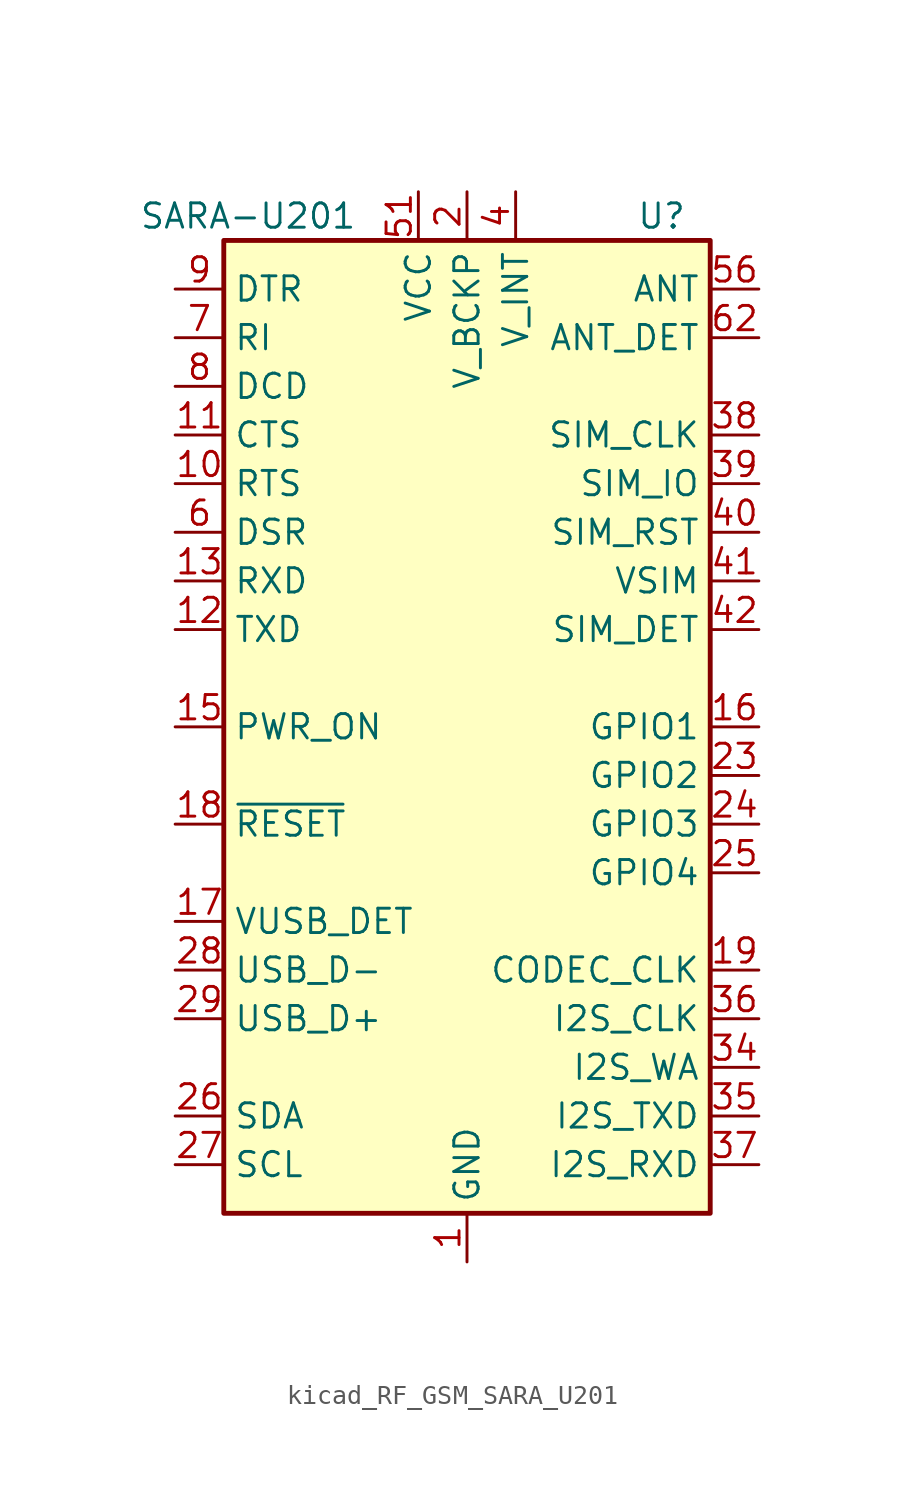
<source format=kicad_sym>
(kicad_symbol_lib
  (version 20220914)
  (generator kicad_symbol_editor)
  (symbol "kicad_RF_GSM_SARA_U201"
    (property "Reference" "U"
      (at 10.16 26.67 0)
      (effects (font (size 1.27 1.27))))
    (property "Value" "SARA-U201"
      (at -11.43 26.67 0)
      (effects (font (size 1.27 1.27))))
    (symbol "kicad_RF_GSM_SARA_U201_0_1"
      (rectangle (start -12.7 25.4) (end 12.7 -25.4) (stroke (width 0.254) (type default)) (fill (type background))))
    (symbol "kicad_RF_GSM_SARA_U201_1_1"
      (pin power_in line (at 0 -27.94 90) (length 2.54) (name "GND" (effects (font (size 1.27 1.27)))) (number "1" (effects (font (size 1.27 1.27)))))
      (pin input line (at -15.24 12.7 0) (length 2.54) (name "RTS" (effects (font (size 1.27 1.27)))) (number "10" (effects (font (size 1.27 1.27)))))
      (pin output line (at -15.24 15.24 0) (length 2.54) (name "CTS" (effects (font (size 1.27 1.27)))) (number "11" (effects (font (size 1.27 1.27)))))
      (pin input line (at -15.24 5.08 0) (length 2.54) (name "TXD" (effects (font (size 1.27 1.27)))) (number "12" (effects (font (size 1.27 1.27)))))
      (pin output line (at -15.24 7.62 0) (length 2.54) (name "RXD" (effects (font (size 1.27 1.27)))) (number "13" (effects (font (size 1.27 1.27)))))
      (pin passive line (at 0 -27.94 90) (length 2.54) hide (name "GND" (effects (font (size 1.27 1.27)))) (number "14" (effects (font (size 1.27 1.27)))))
      (pin input line (at -15.24 0 0) (length 2.54) (name "PWR_ON" (effects (font (size 1.27 1.27)))) (number "15" (effects (font (size 1.27 1.27)))))
      (pin bidirectional line (at 15.24 0 180) (length 2.54) (name "GPIO1" (effects (font (size 1.27 1.27)))) (number "16" (effects (font (size 1.27 1.27)))))
      (pin input line (at -15.24 -10.16 0) (length 2.54) (name "VUSB_DET" (effects (font (size 1.27 1.27)))) (number "17" (effects (font (size 1.27 1.27)))))
      (pin input line (at -15.24 -5.08 0) (length 2.54) (name "~{RESET}" (effects (font (size 1.27 1.27)))) (number "18" (effects (font (size 1.27 1.27)))))
      (pin output line (at 15.24 -12.7 180) (length 2.54) (name "CODEC_CLK" (effects (font (size 1.27 1.27)))) (number "19" (effects (font (size 1.27 1.27)))))
      (pin power_out line (at 0 27.94 270) (length 2.54) (name "V_BCKP" (effects (font (size 1.27 1.27)))) (number "2" (effects (font (size 1.27 1.27)))))
      (pin passive line (at 0 -27.94 90) (length 2.54) hide (name "GND" (effects (font (size 1.27 1.27)))) (number "20" (effects (font (size 1.27 1.27)))))
      (pin passive line (at 0 -27.94 90) (length 2.54) hide (name "GND" (effects (font (size 1.27 1.27)))) (number "21" (effects (font (size 1.27 1.27)))))
      (pin passive line (at 0 -27.94 90) (length 2.54) hide (name "GND" (effects (font (size 1.27 1.27)))) (number "22" (effects (font (size 1.27 1.27)))))
      (pin bidirectional line (at 15.24 -2.54 180) (length 2.54) (name "GPIO2" (effects (font (size 1.27 1.27)))) (number "23" (effects (font (size 1.27 1.27)))))
      (pin bidirectional line (at 15.24 -5.08 180) (length 2.54) (name "GPIO3" (effects (font (size 1.27 1.27)))) (number "24" (effects (font (size 1.27 1.27)))))
      (pin bidirectional line (at 15.24 -7.62 180) (length 2.54) (name "GPIO4" (effects (font (size 1.27 1.27)))) (number "25" (effects (font (size 1.27 1.27)))))
      (pin bidirectional line (at -15.24 -20.32 0) (length 2.54) (name "SDA" (effects (font (size 1.27 1.27)))) (number "26" (effects (font (size 1.27 1.27)))))
      (pin output line (at -15.24 -22.86 0) (length 2.54) (name "SCL" (effects (font (size 1.27 1.27)))) (number "27" (effects (font (size 1.27 1.27)))))
      (pin bidirectional line (at -15.24 -12.7 0) (length 2.54) (name "USB_D-" (effects (font (size 1.27 1.27)))) (number "28" (effects (font (size 1.27 1.27)))))
      (pin bidirectional line (at -15.24 -15.24 0) (length 2.54) (name "USB_D+" (effects (font (size 1.27 1.27)))) (number "29" (effects (font (size 1.27 1.27)))))
      (pin passive line (at 0 -27.94 90) (length 2.54) hide (name "GND" (effects (font (size 1.27 1.27)))) (number "3" (effects (font (size 1.27 1.27)))))
      (pin passive line (at 0 -27.94 90) (length 2.54) hide (name "GND" (effects (font (size 1.27 1.27)))) (number "30" (effects (font (size 1.27 1.27)))))
      (pin no_connect line (at -12.7 2.54 0) (length 2.54) hide (name "RSVD" (effects (font (size 1.27 1.27)))) (number "31" (effects (font (size 1.27 1.27)))))
      (pin passive line (at 0 -27.94 90) (length 2.54) hide (name "GND" (effects (font (size 1.27 1.27)))) (number "32" (effects (font (size 1.27 1.27)))))
      (pin no_connect line (at -12.7 -2.54 0) (length 2.54) hide (name "RSVD" (effects (font (size 1.27 1.27)))) (number "33" (effects (font (size 1.27 1.27)))))
      (pin bidirectional line (at 15.24 -17.78 180) (length 2.54) (name "I2S_WA" (effects (font (size 1.27 1.27)))) (number "34" (effects (font (size 1.27 1.27)))))
      (pin output line (at 15.24 -20.32 180) (length 2.54) (name "I2S_TXD" (effects (font (size 1.27 1.27)))) (number "35" (effects (font (size 1.27 1.27)))))
      (pin output line (at 15.24 -15.24 180) (length 2.54) (name "I2S_CLK" (effects (font (size 1.27 1.27)))) (number "36" (effects (font (size 1.27 1.27)))))
      (pin input line (at 15.24 -22.86 180) (length 2.54) (name "I2S_RXD" (effects (font (size 1.27 1.27)))) (number "37" (effects (font (size 1.27 1.27)))))
      (pin output line (at 15.24 15.24 180) (length 2.54) (name "SIM_CLK" (effects (font (size 1.27 1.27)))) (number "38" (effects (font (size 1.27 1.27)))))
      (pin bidirectional line (at 15.24 12.7 180) (length 2.54) (name "SIM_IO" (effects (font (size 1.27 1.27)))) (number "39" (effects (font (size 1.27 1.27)))))
      (pin power_out line (at 2.54 27.94 270) (length 2.54) (name "V_INT" (effects (font (size 1.27 1.27)))) (number "4" (effects (font (size 1.27 1.27)))))
      (pin output line (at 15.24 10.16 180) (length 2.54) (name "SIM_RST" (effects (font (size 1.27 1.27)))) (number "40" (effects (font (size 1.27 1.27)))))
      (pin power_out line (at 15.24 7.62 180) (length 2.54) (name "VSIM" (effects (font (size 1.27 1.27)))) (number "41" (effects (font (size 1.27 1.27)))))
      (pin input line (at 15.24 5.08 180) (length 2.54) (name "SIM_DET" (effects (font (size 1.27 1.27)))) (number "42" (effects (font (size 1.27 1.27)))))
      (pin passive line (at 0 -27.94 90) (length 2.54) hide (name "GND" (effects (font (size 1.27 1.27)))) (number "43" (effects (font (size 1.27 1.27)))))
      (pin no_connect line (at -12.7 -7.62 0) (length 2.54) hide (name "RSVD" (effects (font (size 1.27 1.27)))) (number "44" (effects (font (size 1.27 1.27)))))
      (pin no_connect line (at -12.7 -17.78 0) (length 2.54) hide (name "RSVD" (effects (font (size 1.27 1.27)))) (number "45" (effects (font (size 1.27 1.27)))))
      (pin no_connect line (at -2.54 -25.4 90) (length 2.54) hide (name "RSVD" (effects (font (size 1.27 1.27)))) (number "46" (effects (font (size 1.27 1.27)))))
      (pin no_connect line (at 12.7 -10.16 180) (length 2.54) hide (name "RSVD" (effects (font (size 1.27 1.27)))) (number "47" (effects (font (size 1.27 1.27)))))
      (pin no_connect line (at 12.7 2.54 180) (length 2.54) hide (name "RSVD" (effects (font (size 1.27 1.27)))) (number "48" (effects (font (size 1.27 1.27)))))
      (pin no_connect line (at 12.7 17.78 180) (length 2.54) hide (name "RSVD" (effects (font (size 1.27 1.27)))) (number "49" (effects (font (size 1.27 1.27)))))
      (pin passive line (at 0 -27.94 90) (length 2.54) hide (name "GND" (effects (font (size 1.27 1.27)))) (number "5" (effects (font (size 1.27 1.27)))))
      (pin passive line (at 0 -27.94 90) (length 2.54) hide (name "GND" (effects (font (size 1.27 1.27)))) (number "50" (effects (font (size 1.27 1.27)))))
      (pin power_in line (at -2.54 27.94 270) (length 2.54) (name "VCC" (effects (font (size 1.27 1.27)))) (number "51" (effects (font (size 1.27 1.27)))))
      (pin passive line (at -2.54 27.94 270) (length 2.54) hide (name "VCC" (effects (font (size 1.27 1.27)))) (number "52" (effects (font (size 1.27 1.27)))))
      (pin passive line (at -2.54 27.94 270) (length 2.54) hide (name "VCC" (effects (font (size 1.27 1.27)))) (number "53" (effects (font (size 1.27 1.27)))))
      (pin passive line (at 0 -27.94 90) (length 2.54) hide (name "GND" (effects (font (size 1.27 1.27)))) (number "54" (effects (font (size 1.27 1.27)))))
      (pin passive line (at 0 -27.94 90) (length 2.54) hide (name "GND" (effects (font (size 1.27 1.27)))) (number "55" (effects (font (size 1.27 1.27)))))
      (pin passive line (at 15.24 22.86 180) (length 2.54) (name "ANT" (effects (font (size 1.27 1.27)))) (number "56" (effects (font (size 1.27 1.27)))))
      (pin passive line (at 0 -27.94 90) (length 2.54) hide (name "GND" (effects (font (size 1.27 1.27)))) (number "57" (effects (font (size 1.27 1.27)))))
      (pin passive line (at 0 -27.94 90) (length 2.54) hide (name "GND" (effects (font (size 1.27 1.27)))) (number "58" (effects (font (size 1.27 1.27)))))
      (pin passive line (at 0 -27.94 90) (length 2.54) hide (name "GND" (effects (font (size 1.27 1.27)))) (number "59" (effects (font (size 1.27 1.27)))))
      (pin output line (at -15.24 10.16 0) (length 2.54) (name "DSR" (effects (font (size 1.27 1.27)))) (number "6" (effects (font (size 1.27 1.27)))))
      (pin passive line (at 0 -27.94 90) (length 2.54) hide (name "GND" (effects (font (size 1.27 1.27)))) (number "60" (effects (font (size 1.27 1.27)))))
      (pin passive line (at 0 -27.94 90) (length 2.54) hide (name "GND" (effects (font (size 1.27 1.27)))) (number "61" (effects (font (size 1.27 1.27)))))
      (pin input line (at 15.24 20.32 180) (length 2.54) (name "ANT_DET" (effects (font (size 1.27 1.27)))) (number "62" (effects (font (size 1.27 1.27)))))
      (pin passive line (at 0 -27.94 90) (length 2.54) hide (name "GND" (effects (font (size 1.27 1.27)))) (number "63" (effects (font (size 1.27 1.27)))))
      (pin passive line (at 0 -27.94 90) (length 2.54) hide (name "GND" (effects (font (size 1.27 1.27)))) (number "64" (effects (font (size 1.27 1.27)))))
      (pin passive line (at 0 -27.94 90) (length 2.54) hide (name "GND" (effects (font (size 1.27 1.27)))) (number "65" (effects (font (size 1.27 1.27)))))
      (pin passive line (at 0 -27.94 90) (length 2.54) hide (name "GND" (effects (font (size 1.27 1.27)))) (number "66" (effects (font (size 1.27 1.27)))))
      (pin passive line (at 0 -27.94 90) (length 2.54) hide (name "GND" (effects (font (size 1.27 1.27)))) (number "67" (effects (font (size 1.27 1.27)))))
      (pin passive line (at 0 -27.94 90) (length 2.54) hide (name "GND" (effects (font (size 1.27 1.27)))) (number "68" (effects (font (size 1.27 1.27)))))
      (pin passive line (at 0 -27.94 90) (length 2.54) hide (name "GND" (effects (font (size 1.27 1.27)))) (number "69" (effects (font (size 1.27 1.27)))))
      (pin output line (at -15.24 20.32 0) (length 2.54) (name "RI" (effects (font (size 1.27 1.27)))) (number "7" (effects (font (size 1.27 1.27)))))
      (pin passive line (at 0 -27.94 90) (length 2.54) hide (name "GND" (effects (font (size 1.27 1.27)))) (number "70" (effects (font (size 1.27 1.27)))))
      (pin passive line (at 0 -27.94 90) (length 2.54) hide (name "GND" (effects (font (size 1.27 1.27)))) (number "71" (effects (font (size 1.27 1.27)))))
      (pin passive line (at 0 -27.94 90) (length 2.54) hide (name "GND" (effects (font (size 1.27 1.27)))) (number "72" (effects (font (size 1.27 1.27)))))
      (pin passive line (at 0 -27.94 90) (length 2.54) hide (name "GND" (effects (font (size 1.27 1.27)))) (number "73" (effects (font (size 1.27 1.27)))))
      (pin passive line (at 0 -27.94 90) (length 2.54) hide (name "GND" (effects (font (size 1.27 1.27)))) (number "74" (effects (font (size 1.27 1.27)))))
      (pin passive line (at 0 -27.94 90) (length 2.54) hide (name "GND" (effects (font (size 1.27 1.27)))) (number "75" (effects (font (size 1.27 1.27)))))
      (pin passive line (at 0 -27.94 90) (length 2.54) hide (name "GND" (effects (font (size 1.27 1.27)))) (number "76" (effects (font (size 1.27 1.27)))))
      (pin passive line (at 0 -27.94 90) (length 2.54) hide (name "GND" (effects (font (size 1.27 1.27)))) (number "77" (effects (font (size 1.27 1.27)))))
      (pin passive line (at 0 -27.94 90) (length 2.54) hide (name "GND" (effects (font (size 1.27 1.27)))) (number "78" (effects (font (size 1.27 1.27)))))
      (pin passive line (at 0 -27.94 90) (length 2.54) hide (name "GND" (effects (font (size 1.27 1.27)))) (number "79" (effects (font (size 1.27 1.27)))))
      (pin output line (at -15.24 17.78 0) (length 2.54) (name "DCD" (effects (font (size 1.27 1.27)))) (number "8" (effects (font (size 1.27 1.27)))))
      (pin passive line (at 0 -27.94 90) (length 2.54) hide (name "GND" (effects (font (size 1.27 1.27)))) (number "80" (effects (font (size 1.27 1.27)))))
      (pin passive line (at 0 -27.94 90) (length 2.54) hide (name "GND" (effects (font (size 1.27 1.27)))) (number "81" (effects (font (size 1.27 1.27)))))
      (pin passive line (at 0 -27.94 90) (length 2.54) hide (name "GND" (effects (font (size 1.27 1.27)))) (number "82" (effects (font (size 1.27 1.27)))))
      (pin passive line (at 0 -27.94 90) (length 2.54) hide (name "GND" (effects (font (size 1.27 1.27)))) (number "83" (effects (font (size 1.27 1.27)))))
      (pin passive line (at 0 -27.94 90) (length 2.54) hide (name "GND" (effects (font (size 1.27 1.27)))) (number "84" (effects (font (size 1.27 1.27)))))
      (pin passive line (at 0 -27.94 90) (length 2.54) hide (name "GND" (effects (font (size 1.27 1.27)))) (number "85" (effects (font (size 1.27 1.27)))))
      (pin passive line (at 0 -27.94 90) (length 2.54) hide (name "GND" (effects (font (size 1.27 1.27)))) (number "86" (effects (font (size 1.27 1.27)))))
      (pin passive line (at 0 -27.94 90) (length 2.54) hide (name "GND" (effects (font (size 1.27 1.27)))) (number "87" (effects (font (size 1.27 1.27)))))
      (pin passive line (at 0 -27.94 90) (length 2.54) hide (name "GND" (effects (font (size 1.27 1.27)))) (number "88" (effects (font (size 1.27 1.27)))))
      (pin passive line (at 0 -27.94 90) (length 2.54) hide (name "GND" (effects (font (size 1.27 1.27)))) (number "89" (effects (font (size 1.27 1.27)))))
      (pin input line (at -15.24 22.86 0) (length 2.54) (name "DTR" (effects (font (size 1.27 1.27)))) (number "9" (effects (font (size 1.27 1.27)))))
      (pin passive line (at 0 -27.94 90) (length 2.54) hide (name "GND" (effects (font (size 1.27 1.27)))) (number "90" (effects (font (size 1.27 1.27)))))
      (pin passive line (at 0 -27.94 90) (length 2.54) hide (name "GND" (effects (font (size 1.27 1.27)))) (number "91" (effects (font (size 1.27 1.27)))))
      (pin passive line (at 0 -27.94 90) (length 2.54) hide (name "GND" (effects (font (size 1.27 1.27)))) (number "92" (effects (font (size 1.27 1.27)))))
      (pin passive line (at 0 -27.94 90) (length 2.54) hide (name "GND" (effects (font (size 1.27 1.27)))) (number "93" (effects (font (size 1.27 1.27)))))
      (pin passive line (at 0 -27.94 90) (length 2.54) hide (name "GND" (effects (font (size 1.27 1.27)))) (number "94" (effects (font (size 1.27 1.27)))))
      (pin passive line (at 0 -27.94 90) (length 2.54) hide (name "GND" (effects (font (size 1.27 1.27)))) (number "95" (effects (font (size 1.27 1.27)))))
      (pin passive line (at 0 -27.94 90) (length 2.54) hide (name "GND" (effects (font (size 1.27 1.27)))) (number "96" (effects (font (size 1.27 1.27))))))))
</source>
